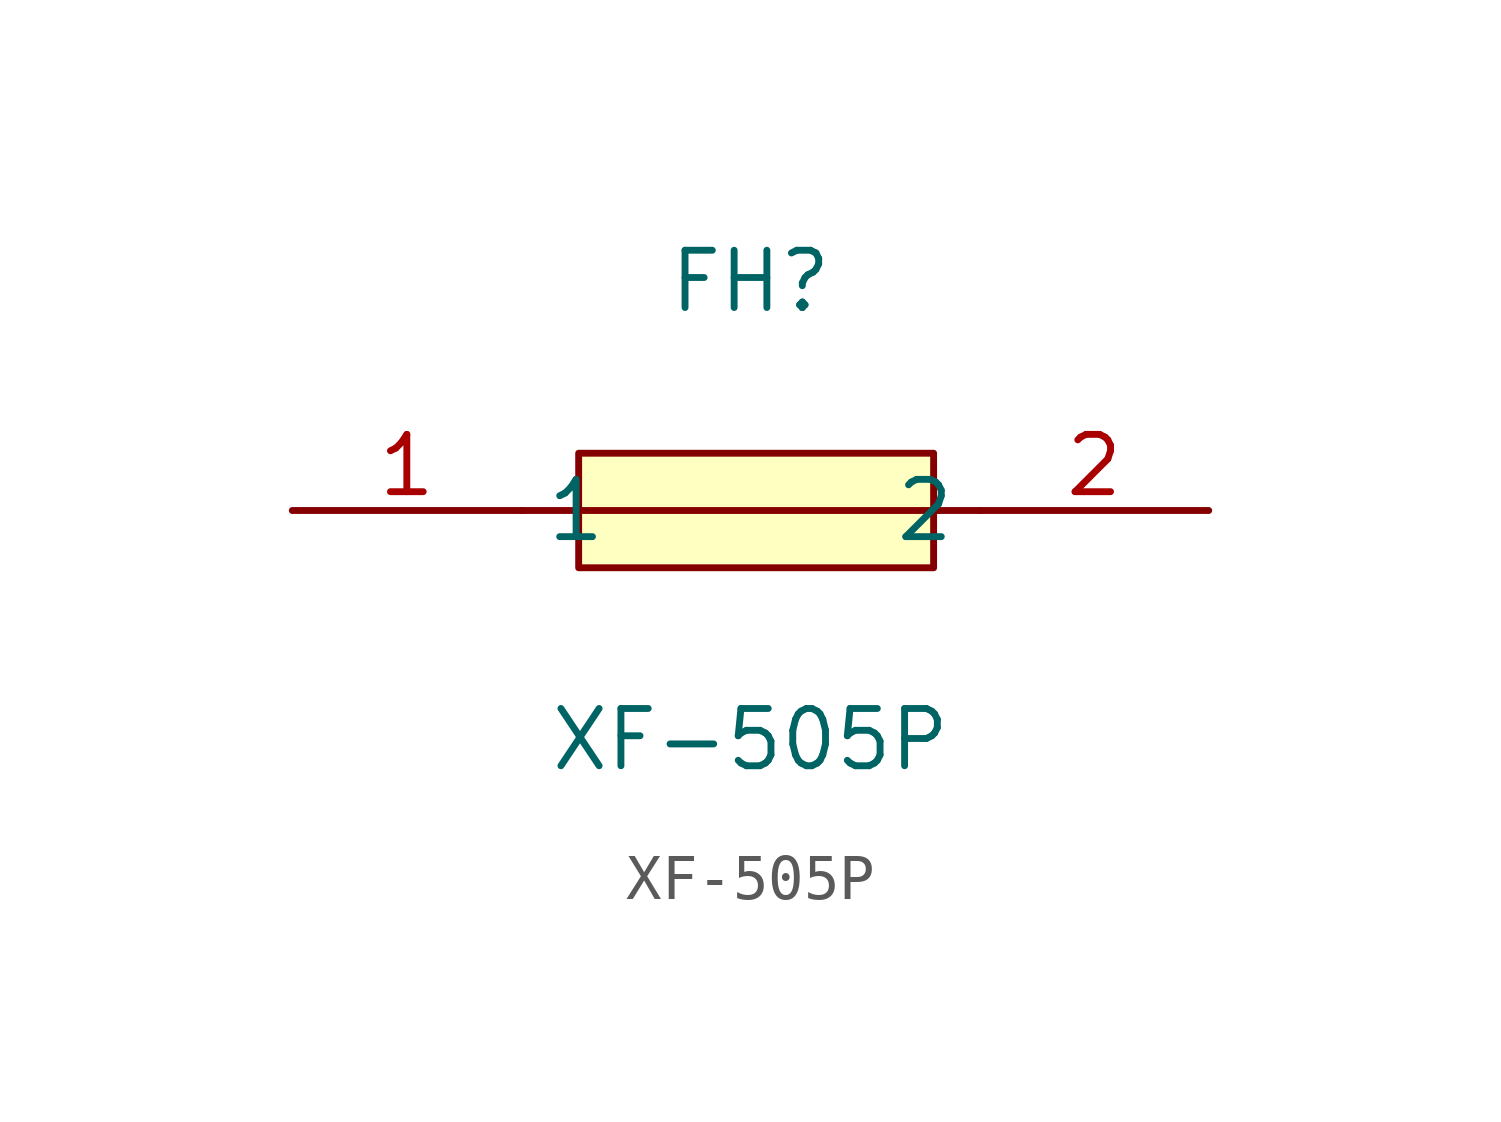
<source format=kicad_sym>
(kicad_symbol_lib
  (version 20211014)
  (generator https://github.com/uPesy/easyeda2kicad.py)
  (symbol "XF-505P"
    (property "Reference" "FH"
      (at 0 5.08 0)
      (effects (font (size 1.27 1.27))))
    (property "Value" "XF-505P"
      (at 0 -5.08 0)
      (effects (font (size 1.27 1.27))))
    (symbol "XF-505P_0_1"
      (rectangle (start -3.81 1.27) (end 4.06 -1.27) (stroke (width 0) (type default) (color 0 0 0 0)) (fill (type background)))
      (polyline (pts (xy -5.08 -0.00) (xy 5.08 -0.00)) (stroke (width 0) (type default) (color 0 0 0 0)) (fill (type none)))
      (pin unspecified line (at -10.16 -0.00 0) (length 5.08) (name "1" (effects (font (size 1.27 1.27)))) (number "1" (effects (font (size 1.27 1.27)))))
      (pin unspecified line (at 10.16 -0.00 180) (length 5.08) (name "2" (effects (font (size 1.27 1.27)))) (number "2" (effects (font (size 1.27 1.27))))))))
</source>
